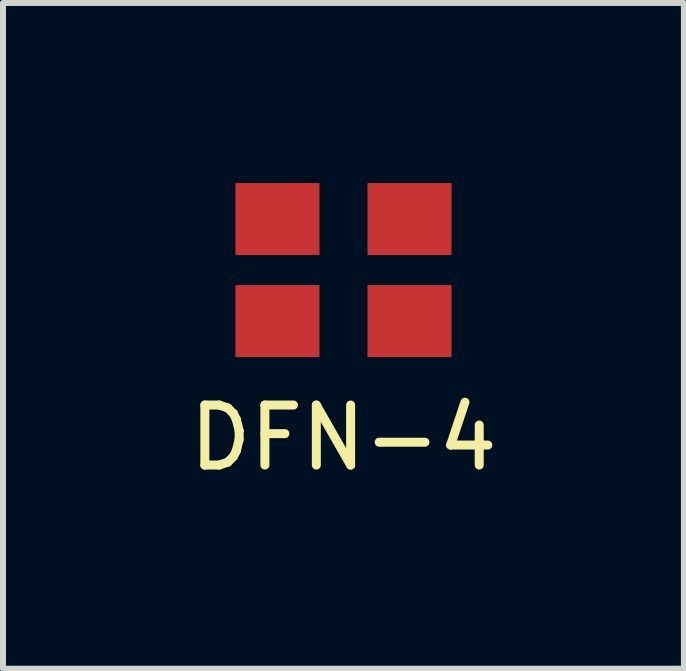
<source format=kicad_pcb>
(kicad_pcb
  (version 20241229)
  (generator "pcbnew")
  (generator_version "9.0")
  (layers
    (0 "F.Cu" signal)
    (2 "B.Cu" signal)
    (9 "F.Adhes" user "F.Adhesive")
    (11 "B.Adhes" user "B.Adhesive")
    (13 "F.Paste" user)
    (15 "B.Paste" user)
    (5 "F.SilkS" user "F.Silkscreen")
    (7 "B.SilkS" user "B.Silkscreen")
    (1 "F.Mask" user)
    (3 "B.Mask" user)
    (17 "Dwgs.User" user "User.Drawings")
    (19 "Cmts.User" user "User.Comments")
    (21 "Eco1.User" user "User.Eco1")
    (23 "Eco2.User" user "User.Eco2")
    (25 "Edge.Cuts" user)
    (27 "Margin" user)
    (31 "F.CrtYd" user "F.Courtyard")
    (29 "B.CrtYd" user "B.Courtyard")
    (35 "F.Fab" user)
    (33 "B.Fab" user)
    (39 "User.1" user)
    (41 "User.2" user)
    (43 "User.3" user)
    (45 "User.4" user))
  (footprint "DFN-4"
    (layer "F.Cu")
    (at 2.673 1.45)
    (property "Reference" "DFN-4" (at 0 2.794 0) (layer "F.SilkS") (effects (font (size 1 1) (thickness 0.15))))
    (attr through_hole)
    (pad "1" smd rect (at -1.1 0.85) (size 1.4 1.2) (layers "F.Cu" "F.Mask" "F.Paste"))
    (pad "2" smd rect (at 1.1 0.85) (size 1.4 1.2) (layers "F.Cu" "F.Mask" "F.Paste"))
    (pad "3" smd rect (at 1.1 -0.85) (size 1.4 1.2) (layers "F.Cu" "F.Mask" "F.Paste"))
    (pad "4" smd rect (at -1.1 -0.85) (size 1.4 1.2) (layers "F.Cu" "F.Mask" "F.Paste")))
  (gr_rect
    (start -3 -3)
    (end 8.345 8.092)
    (stroke (width 0.1) (type default))
    (fill no)
    (layer "Edge.Cuts")))
</source>
